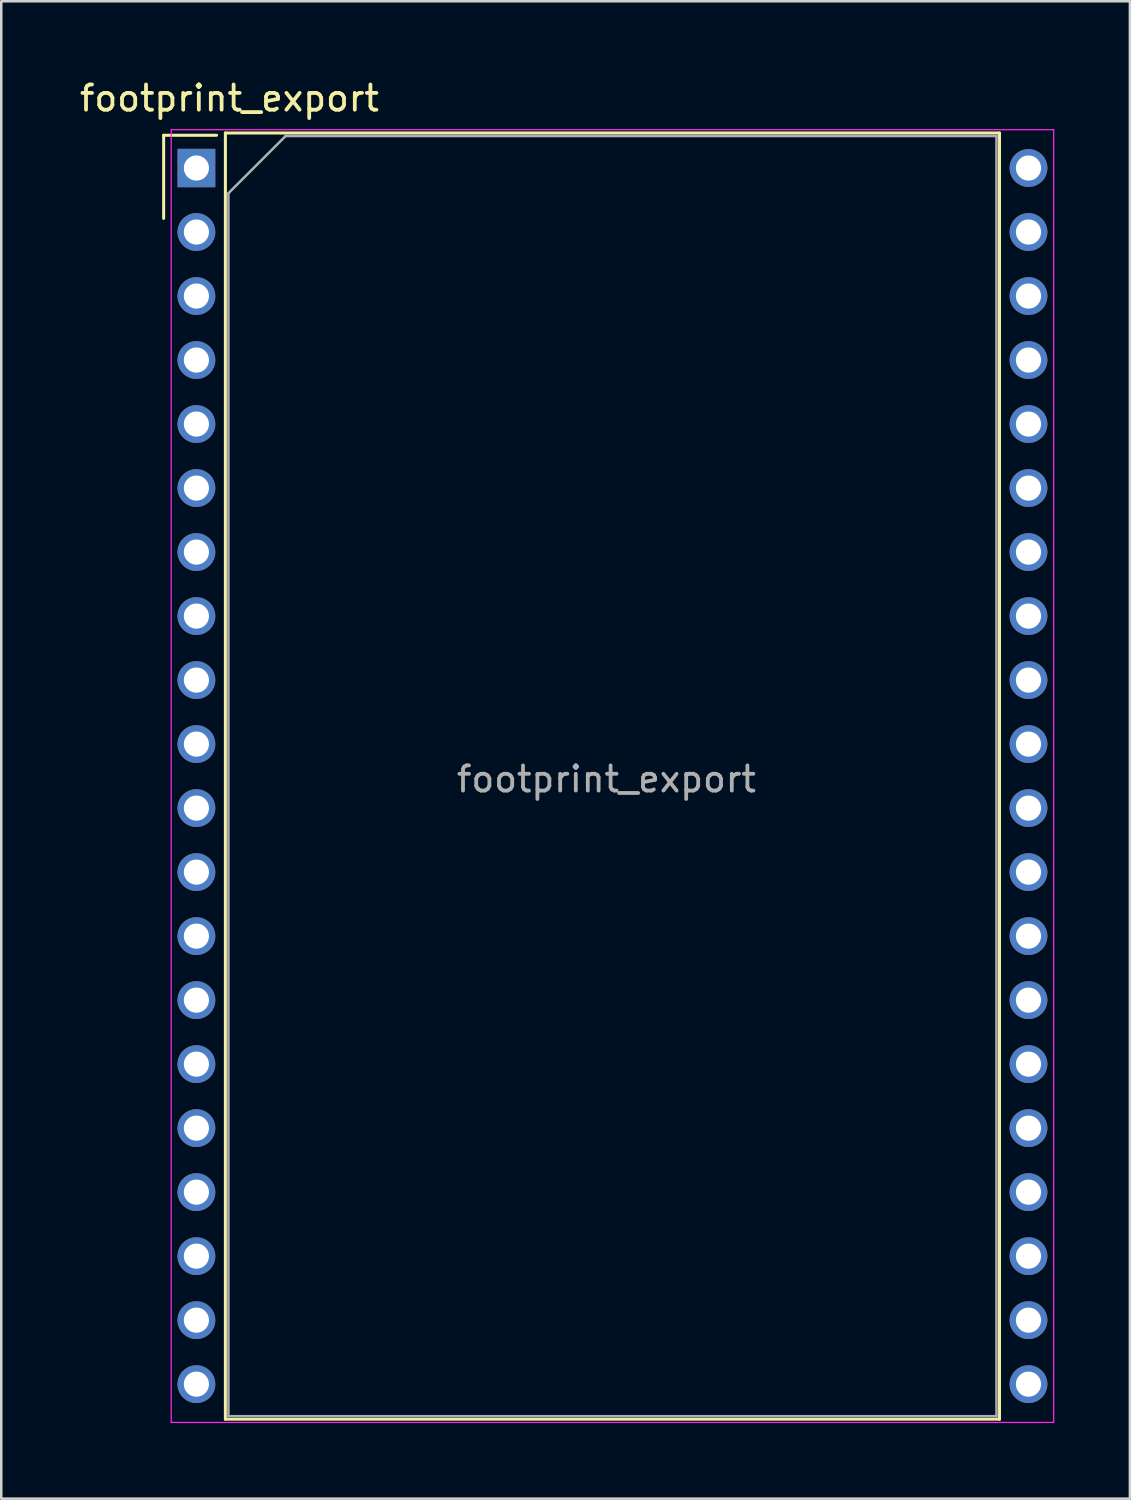
<source format=kicad_pcb>
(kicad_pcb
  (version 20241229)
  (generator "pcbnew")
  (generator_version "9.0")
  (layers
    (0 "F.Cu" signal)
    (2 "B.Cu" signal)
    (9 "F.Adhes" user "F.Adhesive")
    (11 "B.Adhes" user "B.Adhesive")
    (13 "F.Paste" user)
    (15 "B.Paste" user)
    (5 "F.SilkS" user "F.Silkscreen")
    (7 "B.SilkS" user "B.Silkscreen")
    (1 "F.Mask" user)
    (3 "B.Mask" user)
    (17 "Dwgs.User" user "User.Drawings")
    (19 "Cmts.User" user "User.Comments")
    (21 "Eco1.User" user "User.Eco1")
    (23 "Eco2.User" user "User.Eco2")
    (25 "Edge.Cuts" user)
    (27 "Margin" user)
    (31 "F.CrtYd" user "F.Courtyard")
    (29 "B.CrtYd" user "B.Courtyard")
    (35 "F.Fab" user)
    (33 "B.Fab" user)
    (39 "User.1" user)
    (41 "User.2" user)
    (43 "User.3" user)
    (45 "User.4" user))
  (footprint "footprint_export"
    (layer "F.Cu")
    (at 4.744 3.618)
    (property "Reference" "footprint_export" (at 1.31 -2.77 0) (layer "F.SilkS") (effects (font (size 1 1) (thickness 0.15))))
    (attr through_hole)
    (fp_line (start -1.3 -1.3) (end -1.3 2) (stroke (width 0.12) (type solid)) (layer "F.SilkS"))
    (fp_line (start -1.3 -1.3) (end 0.8 -1.3) (stroke (width 0.12) (type solid)) (layer "F.SilkS"))
    (fp_line (start 1.15 -1.39) (end 31.87 -1.39) (stroke (width 0.12) (type solid)) (layer "F.SilkS"))
    (fp_line (start 1.15 49.65) (end 1.15 -1.39) (stroke (width 0.12) (type solid)) (layer "F.SilkS"))
    (fp_line (start 31.87 -1.39) (end 31.87 49.65) (stroke (width 0.12) (type solid)) (layer "F.SilkS"))
    (fp_line (start 31.87 49.65) (end 1.15 49.65) (stroke (width 0.12) (type solid)) (layer "F.SilkS"))
    (fp_line (start -1 -1.52) (end 34.02 -1.52) (stroke (width 0.05) (type solid)) (layer "F.CrtYd"))
    (fp_line (start -1 49.78) (end -1 -1.52) (stroke (width 0.05) (type solid)) (layer "F.CrtYd"))
    (fp_line (start 34.02 -1.52) (end 34.02 49.78) (stroke (width 0.05) (type solid)) (layer "F.CrtYd"))
    (fp_line (start 34.02 49.78) (end -1 49.78) (stroke (width 0.05) (type solid)) (layer "F.CrtYd"))
    (fp_line (start 1.27 1) (end 3.54 -1.27) (stroke (width 0.1) (type solid)) (layer "F.Fab"))
    (fp_line (start 1.27 49.53) (end 1.27 1) (stroke (width 0.1) (type solid)) (layer "F.Fab"))
    (fp_line (start 3.54 -1.27) (end 31.75 -1.27) (stroke (width 0.1) (type solid)) (layer "F.Fab"))
    (fp_line (start 31.75 -1.27) (end 31.75 49.53) (stroke (width 0.1) (type solid)) (layer "F.Fab"))
    (fp_line (start 31.75 49.53) (end 1.27 49.53) (stroke (width 0.1) (type solid)) (layer "F.Fab"))
    (fp_text user "${REFERENCE}" (at 16.27 24.25 0) (layer "F.Fab") (effects (font (size 1 1) (thickness 0.15))))
    (pad "1" thru_hole rect (at 0 0) (size 1.5 1.524) (drill 1) (layers "*.Cu" "*.Mask"))
    (pad "2" thru_hole circle (at 0 2.54) (size 1.5 1.5) (drill 1) (layers "*.Cu" "*.Mask"))
    (pad "3" thru_hole circle (at 0 5.08) (size 1.5 1.5) (drill 1) (layers "*.Cu" "*.Mask"))
    (pad "4" thru_hole circle (at 0 7.62) (size 1.5 1.5) (drill 1) (layers "*.Cu" "*.Mask"))
    (pad "5" thru_hole circle (at 0 10.16) (size 1.5 1.5) (drill 1) (layers "*.Cu" "*.Mask"))
    (pad "6" thru_hole circle (at 0 12.7) (size 1.5 1.5) (drill 1) (layers "*.Cu" "*.Mask"))
    (pad "7" thru_hole circle (at 0 15.24) (size 1.5 1.5) (drill 1) (layers "*.Cu" "*.Mask"))
    (pad "8" thru_hole circle (at 0 17.78) (size 1.5 1.5) (drill 1) (layers "*.Cu" "*.Mask"))
    (pad "9" thru_hole circle (at 0 20.32) (size 1.5 1.5) (drill 1) (layers "*.Cu" "*.Mask"))
    (pad "10" thru_hole circle (at 0 22.86) (size 1.5 1.5) (drill 1) (layers "*.Cu" "*.Mask"))
    (pad "11" thru_hole circle (at 0 25.4) (size 1.5 1.5) (drill 1) (layers "*.Cu" "*.Mask"))
    (pad "12" thru_hole circle (at 0 27.94) (size 1.5 1.5) (drill 1) (layers "*.Cu" "*.Mask"))
    (pad "13" thru_hole circle (at 0 30.48) (size 1.5 1.5) (drill 1) (layers "*.Cu" "*.Mask"))
    (pad "14" thru_hole circle (at 0 33.02) (size 1.5 1.5) (drill 1) (layers "*.Cu" "*.Mask"))
    (pad "15" thru_hole circle (at 0 35.56) (size 1.5 1.5) (drill 1) (layers "*.Cu" "*.Mask"))
    (pad "16" thru_hole circle (at 0 38.1) (size 1.5 1.5) (drill 1) (layers "*.Cu" "*.Mask"))
    (pad "17" thru_hole circle (at 0 40.64) (size 1.5 1.5) (drill 1) (layers "*.Cu" "*.Mask"))
    (pad "18" thru_hole circle (at 0 43.18) (size 1.5 1.5) (drill 1) (layers "*.Cu" "*.Mask"))
    (pad "19" thru_hole circle (at 0 45.72) (size 1.5 1.5) (drill 1) (layers "*.Cu" "*.Mask"))
    (pad "20" thru_hole circle (at 0 48.26) (size 1.5 1.5) (drill 1) (layers "*.Cu" "*.Mask"))
    (pad "21" thru_hole circle (at 33.02 48.26) (size 1.5 1.5) (drill 1) (layers "*.Cu" "*.Mask"))
    (pad "22" thru_hole circle (at 33.02 45.72) (size 1.5 1.5) (drill 1) (layers "*.Cu" "*.Mask"))
    (pad "23" thru_hole circle (at 33.02 43.18) (size 1.5 1.5) (drill 1) (layers "*.Cu" "*.Mask"))
    (pad "24" thru_hole circle (at 33.02 40.64) (size 1.5 1.5) (drill 1) (layers "*.Cu" "*.Mask"))
    (pad "25" thru_hole circle (at 33.02 38.1) (size 1.5 1.5) (drill 1) (layers "*.Cu" "*.Mask"))
    (pad "26" thru_hole circle (at 33.02 35.56) (size 1.5 1.5) (drill 1) (layers "*.Cu" "*.Mask"))
    (pad "27" thru_hole circle (at 33.02 33.02) (size 1.5 1.5) (drill 1) (layers "*.Cu" "*.Mask"))
    (pad "28" thru_hole circle (at 33.02 30.48) (size 1.5 1.5) (drill 1) (layers "*.Cu" "*.Mask"))
    (pad "29" thru_hole circle (at 33.02 27.94) (size 1.5 1.5) (drill 1) (layers "*.Cu" "*.Mask"))
    (pad "30" thru_hole circle (at 33.02 25.4) (size 1.5 1.5) (drill 1) (layers "*.Cu" "*.Mask"))
    (pad "31" thru_hole circle (at 33.02 22.86) (size 1.5 1.5) (drill 1) (layers "*.Cu" "*.Mask"))
    (pad "32" thru_hole circle (at 33.02 20.32) (size 1.5 1.5) (drill 1) (layers "*.Cu" "*.Mask"))
    (pad "33" thru_hole circle (at 33.02 17.78) (size 1.5 1.5) (drill 1) (layers "*.Cu" "*.Mask"))
    (pad "34" thru_hole circle (at 33.02 15.24) (size 1.5 1.5) (drill 1) (layers "*.Cu" "*.Mask"))
    (pad "35" thru_hole circle (at 33.02 12.7) (size 1.5 1.5) (drill 1) (layers "*.Cu" "*.Mask"))
    (pad "36" thru_hole circle (at 33.02 10.16) (size 1.5 1.5) (drill 1) (layers "*.Cu" "*.Mask"))
    (pad "37" thru_hole circle (at 33.02 7.62) (size 1.5 1.5) (drill 1) (layers "*.Cu" "*.Mask"))
    (pad "38" thru_hole circle (at 33.02 5.08) (size 1.5 1.5) (drill 1) (layers "*.Cu" "*.Mask"))
    (pad "39" thru_hole circle (at 33.02 2.54) (size 1.5 1.5) (drill 1) (layers "*.Cu" "*.Mask"))
    (pad "40" thru_hole circle (at 33.02 0) (size 1.5 1.5) (drill 1) (layers "*.Cu" "*.Mask")))
  (gr_rect
    (start -3 -3)
    (end 41.789 56.423)
    (stroke (width 0.1) (type default))
    (fill no)
    (layer "Edge.Cuts")))
</source>
